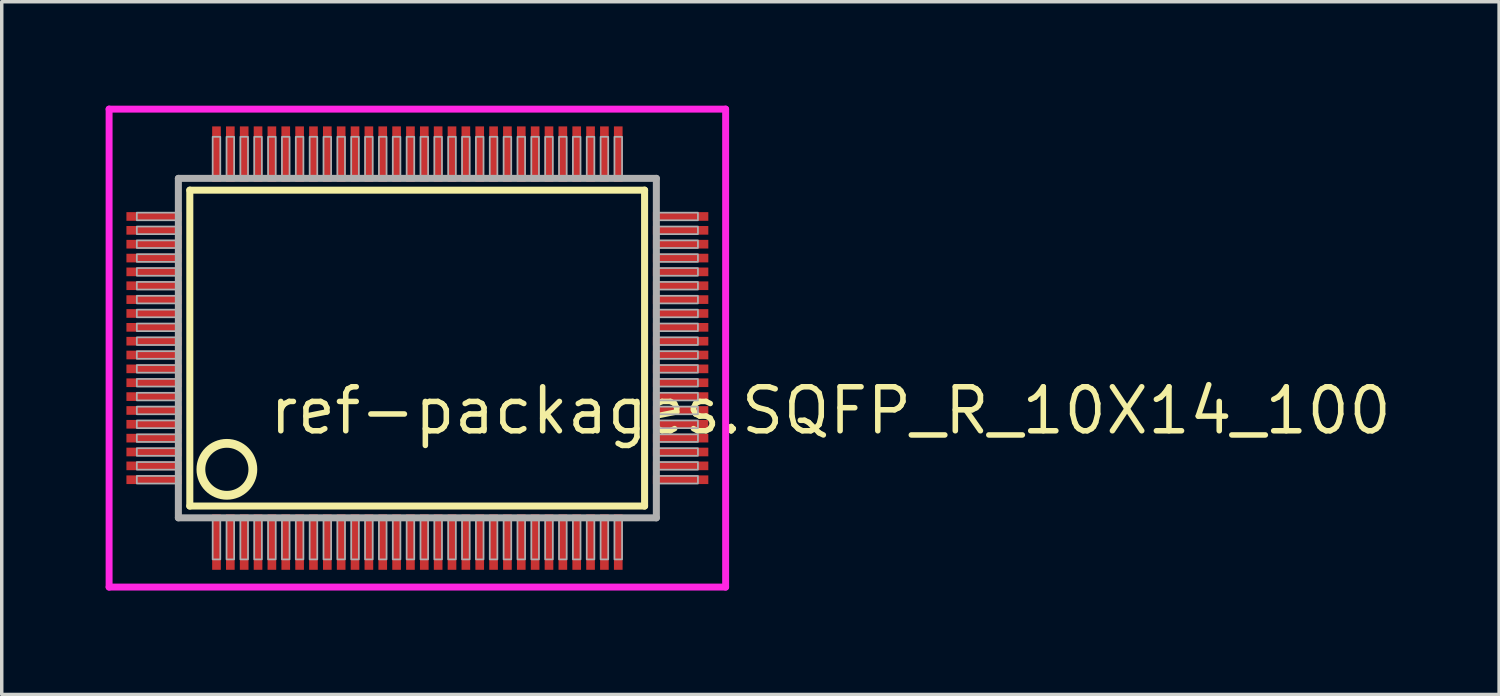
<source format=kicad_pcb>
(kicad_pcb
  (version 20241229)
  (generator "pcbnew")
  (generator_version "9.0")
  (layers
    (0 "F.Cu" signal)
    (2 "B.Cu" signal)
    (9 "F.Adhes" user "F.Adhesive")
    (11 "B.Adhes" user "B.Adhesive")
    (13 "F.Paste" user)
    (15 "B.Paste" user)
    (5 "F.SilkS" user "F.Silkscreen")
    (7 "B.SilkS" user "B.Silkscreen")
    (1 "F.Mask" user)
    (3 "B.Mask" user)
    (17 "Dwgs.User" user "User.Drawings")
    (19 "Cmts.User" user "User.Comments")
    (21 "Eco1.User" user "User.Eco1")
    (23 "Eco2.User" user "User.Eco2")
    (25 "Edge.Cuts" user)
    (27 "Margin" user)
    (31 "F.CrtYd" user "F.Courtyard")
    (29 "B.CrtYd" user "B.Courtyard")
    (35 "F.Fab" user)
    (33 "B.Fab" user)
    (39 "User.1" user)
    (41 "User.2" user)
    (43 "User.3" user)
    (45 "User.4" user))
  (footprint "ref-packages.SQFP_R_10X14_100"
    (layer "F.Cu")
    (at 9 7)
    (property "Reference" "ref-packages.SQFP_R_10X14_100" (at -4.35 2.55 0) (layer "F.SilkS") (effects (font (size 1.27 1.27) (thickness 0.16)) (justify left bottom)))
    (attr smd)
    (fp_line (start -6.57 -4.56) (end 6.56 -4.56) (stroke (width 0.203) (type default)) (layer "F.SilkS"))
    (fp_line (start -6.57 4.56) (end -6.57 -4.56) (stroke (width 0.203) (type default)) (layer "F.SilkS"))
    (fp_line (start 6.56 -4.56) (end 6.56 4.56) (stroke (width 0.203) (type default)) (layer "F.SilkS"))
    (fp_line (start 6.56 4.56) (end -6.57 4.56) (stroke (width 0.203) (type default)) (layer "F.SilkS"))
    (fp_circle (center -5.5 3.5) (end -4.75 3.5) (stroke (width 0.254) (type default)) (fill no) (layer "F.SilkS"))
    (fp_line (start -8.9 -6.9) (end 8.9 -6.9) (stroke (width 0.2) (type default)) (layer "F.CrtYd"))
    (fp_line (start -8.9 6.9) (end -8.9 -6.9) (stroke (width 0.2) (type default)) (layer "F.CrtYd"))
    (fp_line (start 8.9 -6.9) (end 8.9 6.9) (stroke (width 0.2) (type default)) (layer "F.CrtYd"))
    (fp_line (start 8.9 6.9) (end -8.9 6.9) (stroke (width 0.2) (type default)) (layer "F.CrtYd"))
    (fp_line (start -6.9 -4.9) (end -6.9 4.9) (stroke (width 0.203) (type default)) (layer "F.Fab"))
    (fp_line (start -6.9 4.9) (end 6.9 4.9) (stroke (width 0.203) (type default)) (layer "F.Fab"))
    (fp_line (start 6.9 -4.9) (end -6.9 -4.9) (stroke (width 0.203) (type default)) (layer "F.Fab"))
    (fp_line (start 6.9 4.9) (end 6.9 -4.9) (stroke (width 0.203) (type default)) (layer "F.Fab"))
    (fp_rect (start -8.1 -3.69) (end -6.95 -3.91) (stroke (width 0.05) (type default)) (fill no) (layer "F.Fab"))
    (fp_rect (start -8.1 -3.29) (end -6.95 -3.51) (stroke (width 0.05) (type default)) (fill no) (layer "F.Fab"))
    (fp_rect (start -8.1 -2.89) (end -6.95 -3.11) (stroke (width 0.05) (type default)) (fill no) (layer "F.Fab"))
    (fp_rect (start -8.1 -2.49) (end -6.95 -2.71) (stroke (width 0.05) (type default)) (fill no) (layer "F.Fab"))
    (fp_rect (start -8.1 -2.09) (end -6.95 -2.31) (stroke (width 0.05) (type default)) (fill no) (layer "F.Fab"))
    (fp_rect (start -8.1 -1.69) (end -6.95 -1.91) (stroke (width 0.05) (type default)) (fill no) (layer "F.Fab"))
    (fp_rect (start -8.1 -1.29) (end -6.95 -1.51) (stroke (width 0.05) (type default)) (fill no) (layer "F.Fab"))
    (fp_rect (start -8.1 -0.89) (end -6.95 -1.11) (stroke (width 0.05) (type default)) (fill no) (layer "F.Fab"))
    (fp_rect (start -8.1 -0.49) (end -6.95 -0.71) (stroke (width 0.05) (type default)) (fill no) (layer "F.Fab"))
    (fp_rect (start -8.1 -0.09) (end -6.95 -0.31) (stroke (width 0.05) (type default)) (fill no) (layer "F.Fab"))
    (fp_rect (start -8.1 0.31) (end -6.95 0.09) (stroke (width 0.05) (type default)) (fill no) (layer "F.Fab"))
    (fp_rect (start -8.1 0.71) (end -6.95 0.49) (stroke (width 0.05) (type default)) (fill no) (layer "F.Fab"))
    (fp_rect (start -8.1 1.11) (end -6.95 0.89) (stroke (width 0.05) (type default)) (fill no) (layer "F.Fab"))
    (fp_rect (start -8.1 1.51) (end -6.95 1.29) (stroke (width 0.05) (type default)) (fill no) (layer "F.Fab"))
    (fp_rect (start -8.1 1.91) (end -6.95 1.69) (stroke (width 0.05) (type default)) (fill no) (layer "F.Fab"))
    (fp_rect (start -8.1 2.31) (end -6.95 2.09) (stroke (width 0.05) (type default)) (fill no) (layer "F.Fab"))
    (fp_rect (start -8.1 2.71) (end -6.95 2.49) (stroke (width 0.05) (type default)) (fill no) (layer "F.Fab"))
    (fp_rect (start -8.1 3.11) (end -6.95 2.89) (stroke (width 0.05) (type default)) (fill no) (layer "F.Fab"))
    (fp_rect (start -8.1 3.51) (end -6.95 3.29) (stroke (width 0.05) (type default)) (fill no) (layer "F.Fab"))
    (fp_rect (start -8.1 3.91) (end -6.95 3.69) (stroke (width 0.05) (type default)) (fill no) (layer "F.Fab"))
    (fp_rect (start -5.91 -4.95) (end -5.69 -6.1) (stroke (width 0.05) (type default)) (fill no) (layer "F.Fab"))
    (fp_rect (start -5.91 6.1) (end -5.69 4.95) (stroke (width 0.05) (type default)) (fill no) (layer "F.Fab"))
    (fp_rect (start -5.51 -4.95) (end -5.29 -6.1) (stroke (width 0.05) (type default)) (fill no) (layer "F.Fab"))
    (fp_rect (start -5.51 6.1) (end -5.29 4.95) (stroke (width 0.05) (type default)) (fill no) (layer "F.Fab"))
    (fp_rect (start -5.11 -4.95) (end -4.89 -6.1) (stroke (width 0.05) (type default)) (fill no) (layer "F.Fab"))
    (fp_rect (start -5.11 6.1) (end -4.89 4.95) (stroke (width 0.05) (type default)) (fill no) (layer "F.Fab"))
    (fp_rect (start -4.71 -4.95) (end -4.49 -6.1) (stroke (width 0.05) (type default)) (fill no) (layer "F.Fab"))
    (fp_rect (start -4.71 6.1) (end -4.49 4.95) (stroke (width 0.05) (type default)) (fill no) (layer "F.Fab"))
    (fp_rect (start -4.31 -4.95) (end -4.09 -6.1) (stroke (width 0.05) (type default)) (fill no) (layer "F.Fab"))
    (fp_rect (start -4.31 6.1) (end -4.09 4.95) (stroke (width 0.05) (type default)) (fill no) (layer "F.Fab"))
    (fp_rect (start -3.91 -4.95) (end -3.69 -6.1) (stroke (width 0.05) (type default)) (fill no) (layer "F.Fab"))
    (fp_rect (start -3.91 6.1) (end -3.69 4.95) (stroke (width 0.05) (type default)) (fill no) (layer "F.Fab"))
    (fp_rect (start -3.51 -4.95) (end -3.29 -6.1) (stroke (width 0.05) (type default)) (fill no) (layer "F.Fab"))
    (fp_rect (start -3.51 6.1) (end -3.29 4.95) (stroke (width 0.05) (type default)) (fill no) (layer "F.Fab"))
    (fp_rect (start -3.11 -4.95) (end -2.89 -6.1) (stroke (width 0.05) (type default)) (fill no) (layer "F.Fab"))
    (fp_rect (start -3.11 6.1) (end -2.89 4.95) (stroke (width 0.05) (type default)) (fill no) (layer "F.Fab"))
    (fp_rect (start -2.71 -4.95) (end -2.49 -6.1) (stroke (width 0.05) (type default)) (fill no) (layer "F.Fab"))
    (fp_rect (start -2.71 6.1) (end -2.49 4.95) (stroke (width 0.05) (type default)) (fill no) (layer "F.Fab"))
    (fp_rect (start -2.31 -4.95) (end -2.09 -6.1) (stroke (width 0.05) (type default)) (fill no) (layer "F.Fab"))
    (fp_rect (start -2.31 6.1) (end -2.09 4.95) (stroke (width 0.05) (type default)) (fill no) (layer "F.Fab"))
    (fp_rect (start -1.91 -4.95) (end -1.69 -6.1) (stroke (width 0.05) (type default)) (fill no) (layer "F.Fab"))
    (fp_rect (start -1.91 6.1) (end -1.69 4.95) (stroke (width 0.05) (type default)) (fill no) (layer "F.Fab"))
    (fp_rect (start -1.51 -4.95) (end -1.29 -6.1) (stroke (width 0.05) (type default)) (fill no) (layer "F.Fab"))
    (fp_rect (start -1.51 6.1) (end -1.29 4.95) (stroke (width 0.05) (type default)) (fill no) (layer "F.Fab"))
    (fp_rect (start -1.11 -4.95) (end -0.89 -6.1) (stroke (width 0.05) (type default)) (fill no) (layer "F.Fab"))
    (fp_rect (start -1.11 6.1) (end -0.89 4.95) (stroke (width 0.05) (type default)) (fill no) (layer "F.Fab"))
    (fp_rect (start -0.71 -4.95) (end -0.49 -6.1) (stroke (width 0.05) (type default)) (fill no) (layer "F.Fab"))
    (fp_rect (start -0.71 6.1) (end -0.49 4.95) (stroke (width 0.05) (type default)) (fill no) (layer "F.Fab"))
    (fp_rect (start -0.31 -4.95) (end -0.09 -6.1) (stroke (width 0.05) (type default)) (fill no) (layer "F.Fab"))
    (fp_rect (start -0.31 6.1) (end -0.09 4.95) (stroke (width 0.05) (type default)) (fill no) (layer "F.Fab"))
    (fp_rect (start 0.09 -4.95) (end 0.31 -6.1) (stroke (width 0.05) (type default)) (fill no) (layer "F.Fab"))
    (fp_rect (start 0.09 6.1) (end 0.31 4.95) (stroke (width 0.05) (type default)) (fill no) (layer "F.Fab"))
    (fp_rect (start 0.49 -4.95) (end 0.71 -6.1) (stroke (width 0.05) (type default)) (fill no) (layer "F.Fab"))
    (fp_rect (start 0.49 6.1) (end 0.71 4.95) (stroke (width 0.05) (type default)) (fill no) (layer "F.Fab"))
    (fp_rect (start 0.89 -4.95) (end 1.11 -6.1) (stroke (width 0.05) (type default)) (fill no) (layer "F.Fab"))
    (fp_rect (start 0.89 6.1) (end 1.11 4.95) (stroke (width 0.05) (type default)) (fill no) (layer "F.Fab"))
    (fp_rect (start 1.29 -4.95) (end 1.51 -6.1) (stroke (width 0.05) (type default)) (fill no) (layer "F.Fab"))
    (fp_rect (start 1.29 6.1) (end 1.51 4.95) (stroke (width 0.05) (type default)) (fill no) (layer "F.Fab"))
    (fp_rect (start 1.69 -4.95) (end 1.91 -6.1) (stroke (width 0.05) (type default)) (fill no) (layer "F.Fab"))
    (fp_rect (start 1.69 6.1) (end 1.91 4.95) (stroke (width 0.05) (type default)) (fill no) (layer "F.Fab"))
    (fp_rect (start 2.09 -4.95) (end 2.31 -6.1) (stroke (width 0.05) (type default)) (fill no) (layer "F.Fab"))
    (fp_rect (start 2.09 6.1) (end 2.31 4.95) (stroke (width 0.05) (type default)) (fill no) (layer "F.Fab"))
    (fp_rect (start 2.49 -4.95) (end 2.71 -6.1) (stroke (width 0.05) (type default)) (fill no) (layer "F.Fab"))
    (fp_rect (start 2.49 6.1) (end 2.71 4.95) (stroke (width 0.05) (type default)) (fill no) (layer "F.Fab"))
    (fp_rect (start 2.89 -4.95) (end 3.11 -6.1) (stroke (width 0.05) (type default)) (fill no) (layer "F.Fab"))
    (fp_rect (start 2.89 6.1) (end 3.11 4.95) (stroke (width 0.05) (type default)) (fill no) (layer "F.Fab"))
    (fp_rect (start 3.29 -4.95) (end 3.51 -6.1) (stroke (width 0.05) (type default)) (fill no) (layer "F.Fab"))
    (fp_rect (start 3.29 6.1) (end 3.51 4.95) (stroke (width 0.05) (type default)) (fill no) (layer "F.Fab"))
    (fp_rect (start 3.69 -4.95) (end 3.91 -6.1) (stroke (width 0.05) (type default)) (fill no) (layer "F.Fab"))
    (fp_rect (start 3.69 6.1) (end 3.91 4.95) (stroke (width 0.05) (type default)) (fill no) (layer "F.Fab"))
    (fp_rect (start 4.09 -4.95) (end 4.31 -6.1) (stroke (width 0.05) (type default)) (fill no) (layer "F.Fab"))
    (fp_rect (start 4.09 6.1) (end 4.31 4.95) (stroke (width 0.05) (type default)) (fill no) (layer "F.Fab"))
    (fp_rect (start 4.49 -4.95) (end 4.71 -6.1) (stroke (width 0.05) (type default)) (fill no) (layer "F.Fab"))
    (fp_rect (start 4.49 6.1) (end 4.71 4.95) (stroke (width 0.05) (type default)) (fill no) (layer "F.Fab"))
    (fp_rect (start 4.89 -4.95) (end 5.11 -6.1) (stroke (width 0.05) (type default)) (fill no) (layer "F.Fab"))
    (fp_rect (start 4.89 6.1) (end 5.11 4.95) (stroke (width 0.05) (type default)) (fill no) (layer "F.Fab"))
    (fp_rect (start 5.29 -4.95) (end 5.51 -6.1) (stroke (width 0.05) (type default)) (fill no) (layer "F.Fab"))
    (fp_rect (start 5.29 6.1) (end 5.51 4.95) (stroke (width 0.05) (type default)) (fill no) (layer "F.Fab"))
    (fp_rect (start 5.69 -4.95) (end 5.91 -6.1) (stroke (width 0.05) (type default)) (fill no) (layer "F.Fab"))
    (fp_rect (start 5.69 6.1) (end 5.91 4.95) (stroke (width 0.05) (type default)) (fill no) (layer "F.Fab"))
    (fp_rect (start 6.95 -3.69) (end 8.1 -3.91) (stroke (width 0.05) (type default)) (fill no) (layer "F.Fab"))
    (fp_rect (start 6.95 -3.29) (end 8.1 -3.51) (stroke (width 0.05) (type default)) (fill no) (layer "F.Fab"))
    (fp_rect (start 6.95 -2.89) (end 8.1 -3.11) (stroke (width 0.05) (type default)) (fill no) (layer "F.Fab"))
    (fp_rect (start 6.95 -2.49) (end 8.1 -2.71) (stroke (width 0.05) (type default)) (fill no) (layer "F.Fab"))
    (fp_rect (start 6.95 -2.09) (end 8.1 -2.31) (stroke (width 0.05) (type default)) (fill no) (layer "F.Fab"))
    (fp_rect (start 6.95 -1.69) (end 8.1 -1.91) (stroke (width 0.05) (type default)) (fill no) (layer "F.Fab"))
    (fp_rect (start 6.95 -1.29) (end 8.1 -1.51) (stroke (width 0.05) (type default)) (fill no) (layer "F.Fab"))
    (fp_rect (start 6.95 -0.89) (end 8.1 -1.11) (stroke (width 0.05) (type default)) (fill no) (layer "F.Fab"))
    (fp_rect (start 6.95 -0.49) (end 8.1 -0.71) (stroke (width 0.05) (type default)) (fill no) (layer "F.Fab"))
    (fp_rect (start 6.95 -0.09) (end 8.1 -0.31) (stroke (width 0.05) (type default)) (fill no) (layer "F.Fab"))
    (fp_rect (start 6.95 0.31) (end 8.1 0.09) (stroke (width 0.05) (type default)) (fill no) (layer "F.Fab"))
    (fp_rect (start 6.95 0.71) (end 8.1 0.49) (stroke (width 0.05) (type default)) (fill no) (layer "F.Fab"))
    (fp_rect (start 6.95 1.11) (end 8.1 0.89) (stroke (width 0.05) (type default)) (fill no) (layer "F.Fab"))
    (fp_rect (start 6.95 1.51) (end 8.1 1.29) (stroke (width 0.05) (type default)) (fill no) (layer "F.Fab"))
    (fp_rect (start 6.95 1.91) (end 8.1 1.69) (stroke (width 0.05) (type default)) (fill no) (layer "F.Fab"))
    (fp_rect (start 6.95 2.31) (end 8.1 2.09) (stroke (width 0.05) (type default)) (fill no) (layer "F.Fab"))
    (fp_rect (start 6.95 2.71) (end 8.1 2.49) (stroke (width 0.05) (type default)) (fill no) (layer "F.Fab"))
    (fp_rect (start 6.95 3.11) (end 8.1 2.89) (stroke (width 0.05) (type default)) (fill no) (layer "F.Fab"))
    (fp_rect (start 6.95 3.51) (end 8.1 3.29) (stroke (width 0.05) (type default)) (fill no) (layer "F.Fab"))
    (fp_rect (start 6.95 3.91) (end 8.1 3.69) (stroke (width 0.05) (type default)) (fill no) (layer "F.Fab"))
    (pad "1" smd roundrect (at -5.8 5.6) (size 0.25 1.6) (layers "F.Cu" "F.Mask" "F.Paste") (roundrect_rratio 0.01))
    (pad "2" smd roundrect (at -5.4 5.6) (size 0.25 1.6) (layers "F.Cu" "F.Mask" "F.Paste") (roundrect_rratio 0.01))
    (pad "3" smd roundrect (at -5 5.6) (size 0.25 1.6) (layers "F.Cu" "F.Mask" "F.Paste") (roundrect_rratio 0.01))
    (pad "4" smd roundrect (at -4.6 5.6) (size 0.25 1.6) (layers "F.Cu" "F.Mask" "F.Paste") (roundrect_rratio 0.01))
    (pad "5" smd roundrect (at -4.2 5.6) (size 0.25 1.6) (layers "F.Cu" "F.Mask" "F.Paste") (roundrect_rratio 0.01))
    (pad "6" smd roundrect (at -3.8 5.6) (size 0.25 1.6) (layers "F.Cu" "F.Mask" "F.Paste") (roundrect_rratio 0.01))
    (pad "7" smd roundrect (at -3.4 5.6) (size 0.25 1.6) (layers "F.Cu" "F.Mask" "F.Paste") (roundrect_rratio 0.01))
    (pad "8" smd roundrect (at -3 5.6) (size 0.25 1.6) (layers "F.Cu" "F.Mask" "F.Paste") (roundrect_rratio 0.01))
    (pad "9" smd roundrect (at -2.6 5.6) (size 0.25 1.6) (layers "F.Cu" "F.Mask" "F.Paste") (roundrect_rratio 0.01))
    (pad "10" smd roundrect (at -2.2 5.6) (size 0.25 1.6) (layers "F.Cu" "F.Mask" "F.Paste") (roundrect_rratio 0.01))
    (pad "11" smd roundrect (at -1.8 5.6) (size 0.25 1.6) (layers "F.Cu" "F.Mask" "F.Paste") (roundrect_rratio 0.01))
    (pad "12" smd roundrect (at -1.4 5.6) (size 0.25 1.6) (layers "F.Cu" "F.Mask" "F.Paste") (roundrect_rratio 0.01))
    (pad "13" smd roundrect (at -1 5.6) (size 0.25 1.6) (layers "F.Cu" "F.Mask" "F.Paste") (roundrect_rratio 0.01))
    (pad "14" smd roundrect (at -0.6 5.6) (size 0.25 1.6) (layers "F.Cu" "F.Mask" "F.Paste") (roundrect_rratio 0.01))
    (pad "15" smd roundrect (at -0.2 5.6) (size 0.25 1.6) (layers "F.Cu" "F.Mask" "F.Paste") (roundrect_rratio 0.01))
    (pad "16" smd roundrect (at 0.2 5.6) (size 0.25 1.6) (layers "F.Cu" "F.Mask" "F.Paste") (roundrect_rratio 0.01))
    (pad "17" smd roundrect (at 0.6 5.6) (size 0.25 1.6) (layers "F.Cu" "F.Mask" "F.Paste") (roundrect_rratio 0.01))
    (pad "18" smd roundrect (at 1 5.6) (size 0.25 1.6) (layers "F.Cu" "F.Mask" "F.Paste") (roundrect_rratio 0.01))
    (pad "19" smd roundrect (at 1.4 5.6) (size 0.25 1.6) (layers "F.Cu" "F.Mask" "F.Paste") (roundrect_rratio 0.01))
    (pad "20" smd roundrect (at 1.8 5.6) (size 0.25 1.6) (layers "F.Cu" "F.Mask" "F.Paste") (roundrect_rratio 0.01))
    (pad "21" smd roundrect (at 2.2 5.6) (size 0.25 1.6) (layers "F.Cu" "F.Mask" "F.Paste") (roundrect_rratio 0.01))
    (pad "22" smd roundrect (at 2.6 5.6) (size 0.25 1.6) (layers "F.Cu" "F.Mask" "F.Paste") (roundrect_rratio 0.01))
    (pad "23" smd roundrect (at 3 5.6) (size 0.25 1.6) (layers "F.Cu" "F.Mask" "F.Paste") (roundrect_rratio 0.01))
    (pad "24" smd roundrect (at 3.4 5.6) (size 0.25 1.6) (layers "F.Cu" "F.Mask" "F.Paste") (roundrect_rratio 0.01))
    (pad "25" smd roundrect (at 3.8 5.6) (size 0.25 1.6) (layers "F.Cu" "F.Mask" "F.Paste") (roundrect_rratio 0.01))
    (pad "26" smd roundrect (at 4.2 5.6) (size 0.25 1.6) (layers "F.Cu" "F.Mask" "F.Paste") (roundrect_rratio 0.01))
    (pad "27" smd roundrect (at 4.6 5.6) (size 0.25 1.6) (layers "F.Cu" "F.Mask" "F.Paste") (roundrect_rratio 0.01))
    (pad "28" smd roundrect (at 5 5.6) (size 0.25 1.6) (layers "F.Cu" "F.Mask" "F.Paste") (roundrect_rratio 0.01))
    (pad "29" smd roundrect (at 5.4 5.6) (size 0.25 1.6) (layers "F.Cu" "F.Mask" "F.Paste") (roundrect_rratio 0.01))
    (pad "30" smd roundrect (at 5.8 5.6) (size 0.25 1.6) (layers "F.Cu" "F.Mask" "F.Paste") (roundrect_rratio 0.01))
    (pad "31" smd roundrect (at 7.6 3.8) (size 1.6 0.25) (layers "F.Cu" "F.Mask" "F.Paste") (roundrect_rratio 0.01))
    (pad "32" smd roundrect (at 7.6 3.4) (size 1.6 0.25) (layers "F.Cu" "F.Mask" "F.Paste") (roundrect_rratio 0.01))
    (pad "33" smd roundrect (at 7.6 3) (size 1.6 0.25) (layers "F.Cu" "F.Mask" "F.Paste") (roundrect_rratio 0.01))
    (pad "34" smd roundrect (at 7.6 2.6) (size 1.6 0.25) (layers "F.Cu" "F.Mask" "F.Paste") (roundrect_rratio 0.01))
    (pad "35" smd roundrect (at 7.6 2.2) (size 1.6 0.25) (layers "F.Cu" "F.Mask" "F.Paste") (roundrect_rratio 0.01))
    (pad "36" smd roundrect (at 7.6 1.8) (size 1.6 0.25) (layers "F.Cu" "F.Mask" "F.Paste") (roundrect_rratio 0.01))
    (pad "37" smd roundrect (at 7.6 1.4) (size 1.6 0.25) (layers "F.Cu" "F.Mask" "F.Paste") (roundrect_rratio 0.01))
    (pad "38" smd roundrect (at 7.6 1) (size 1.6 0.25) (layers "F.Cu" "F.Mask" "F.Paste") (roundrect_rratio 0.01))
    (pad "39" smd roundrect (at 7.6 0.6) (size 1.6 0.25) (layers "F.Cu" "F.Mask" "F.Paste") (roundrect_rratio 0.01))
    (pad "40" smd roundrect (at 7.6 0.2) (size 1.6 0.25) (layers "F.Cu" "F.Mask" "F.Paste") (roundrect_rratio 0.01))
    (pad "41" smd roundrect (at 7.6 -0.2) (size 1.6 0.25) (layers "F.Cu" "F.Mask" "F.Paste") (roundrect_rratio 0.01))
    (pad "42" smd roundrect (at 7.6 -0.6) (size 1.6 0.25) (layers "F.Cu" "F.Mask" "F.Paste") (roundrect_rratio 0.01))
    (pad "43" smd roundrect (at 7.6 -1) (size 1.6 0.25) (layers "F.Cu" "F.Mask" "F.Paste") (roundrect_rratio 0.01))
    (pad "44" smd roundrect (at 7.6 -1.4) (size 1.6 0.25) (layers "F.Cu" "F.Mask" "F.Paste") (roundrect_rratio 0.01))
    (pad "45" smd roundrect (at 7.6 -1.8) (size 1.6 0.25) (layers "F.Cu" "F.Mask" "F.Paste") (roundrect_rratio 0.01))
    (pad "46" smd roundrect (at 7.6 -2.2) (size 1.6 0.25) (layers "F.Cu" "F.Mask" "F.Paste") (roundrect_rratio 0.01))
    (pad "47" smd roundrect (at 7.6 -2.6) (size 1.6 0.25) (layers "F.Cu" "F.Mask" "F.Paste") (roundrect_rratio 0.01))
    (pad "48" smd roundrect (at 7.6 -3) (size 1.6 0.25) (layers "F.Cu" "F.Mask" "F.Paste") (roundrect_rratio 0.01))
    (pad "49" smd roundrect (at 7.6 -3.4) (size 1.6 0.25) (layers "F.Cu" "F.Mask" "F.Paste") (roundrect_rratio 0.01))
    (pad "50" smd roundrect (at 7.6 -3.8) (size 1.6 0.25) (layers "F.Cu" "F.Mask" "F.Paste") (roundrect_rratio 0.01))
    (pad "51" smd roundrect (at 5.8 -5.6) (size 0.25 1.6) (layers "F.Cu" "F.Mask" "F.Paste") (roundrect_rratio 0.01))
    (pad "52" smd roundrect (at 5.4 -5.6) (size 0.25 1.6) (layers "F.Cu" "F.Mask" "F.Paste") (roundrect_rratio 0.01))
    (pad "53" smd roundrect (at 5 -5.6) (size 0.25 1.6) (layers "F.Cu" "F.Mask" "F.Paste") (roundrect_rratio 0.01))
    (pad "54" smd roundrect (at 4.6 -5.6) (size 0.25 1.6) (layers "F.Cu" "F.Mask" "F.Paste") (roundrect_rratio 0.01))
    (pad "55" smd roundrect (at 4.2 -5.6) (size 0.25 1.6) (layers "F.Cu" "F.Mask" "F.Paste") (roundrect_rratio 0.01))
    (pad "56" smd roundrect (at 3.8 -5.6) (size 0.25 1.6) (layers "F.Cu" "F.Mask" "F.Paste") (roundrect_rratio 0.01))
    (pad "57" smd roundrect (at 3.4 -5.6) (size 0.25 1.6) (layers "F.Cu" "F.Mask" "F.Paste") (roundrect_rratio 0.01))
    (pad "58" smd roundrect (at 3 -5.6) (size 0.25 1.6) (layers "F.Cu" "F.Mask" "F.Paste") (roundrect_rratio 0.01))
    (pad "59" smd roundrect (at 2.6 -5.6) (size 0.25 1.6) (layers "F.Cu" "F.Mask" "F.Paste") (roundrect_rratio 0.01))
    (pad "60" smd roundrect (at 2.2 -5.6) (size 0.25 1.6) (layers "F.Cu" "F.Mask" "F.Paste") (roundrect_rratio 0.01))
    (pad "61" smd roundrect (at 1.8 -5.6) (size 0.25 1.6) (layers "F.Cu" "F.Mask" "F.Paste") (roundrect_rratio 0.01))
    (pad "62" smd roundrect (at 1.4 -5.6) (size 0.25 1.6) (layers "F.Cu" "F.Mask" "F.Paste") (roundrect_rratio 0.01))
    (pad "63" smd roundrect (at 1 -5.6) (size 0.25 1.6) (layers "F.Cu" "F.Mask" "F.Paste") (roundrect_rratio 0.01))
    (pad "64" smd roundrect (at 0.6 -5.6) (size 0.25 1.6) (layers "F.Cu" "F.Mask" "F.Paste") (roundrect_rratio 0.01))
    (pad "65" smd roundrect (at 0.2 -5.6) (size 0.25 1.6) (layers "F.Cu" "F.Mask" "F.Paste") (roundrect_rratio 0.01))
    (pad "66" smd roundrect (at -0.2 -5.6) (size 0.25 1.6) (layers "F.Cu" "F.Mask" "F.Paste") (roundrect_rratio 0.01))
    (pad "67" smd roundrect (at -0.6 -5.6) (size 0.25 1.6) (layers "F.Cu" "F.Mask" "F.Paste") (roundrect_rratio 0.01))
    (pad "68" smd roundrect (at -1 -5.6) (size 0.25 1.6) (layers "F.Cu" "F.Mask" "F.Paste") (roundrect_rratio 0.01))
    (pad "69" smd roundrect (at -1.4 -5.6) (size 0.25 1.6) (layers "F.Cu" "F.Mask" "F.Paste") (roundrect_rratio 0.01))
    (pad "70" smd roundrect (at -1.8 -5.6) (size 0.25 1.6) (layers "F.Cu" "F.Mask" "F.Paste") (roundrect_rratio 0.01))
    (pad "71" smd roundrect (at -2.2 -5.6) (size 0.25 1.6) (layers "F.Cu" "F.Mask" "F.Paste") (roundrect_rratio 0.01))
    (pad "72" smd roundrect (at -2.6 -5.6) (size 0.25 1.6) (layers "F.Cu" "F.Mask" "F.Paste") (roundrect_rratio 0.01))
    (pad "73" smd roundrect (at -3 -5.6) (size 0.25 1.6) (layers "F.Cu" "F.Mask" "F.Paste") (roundrect_rratio 0.01))
    (pad "74" smd roundrect (at -3.4 -5.6) (size 0.25 1.6) (layers "F.Cu" "F.Mask" "F.Paste") (roundrect_rratio 0.01))
    (pad "75" smd roundrect (at -3.8 -5.6) (size 0.25 1.6) (layers "F.Cu" "F.Mask" "F.Paste") (roundrect_rratio 0.01))
    (pad "76" smd roundrect (at -4.2 -5.6) (size 0.25 1.6) (layers "F.Cu" "F.Mask" "F.Paste") (roundrect_rratio 0.01))
    (pad "77" smd roundrect (at -4.6 -5.6) (size 0.25 1.6) (layers "F.Cu" "F.Mask" "F.Paste") (roundrect_rratio 0.01))
    (pad "78" smd roundrect (at -5 -5.6) (size 0.25 1.6) (layers "F.Cu" "F.Mask" "F.Paste") (roundrect_rratio 0.01))
    (pad "79" smd roundrect (at -5.4 -5.6) (size 0.25 1.6) (layers "F.Cu" "F.Mask" "F.Paste") (roundrect_rratio 0.01))
    (pad "80" smd roundrect (at -5.8 -5.6) (size 0.25 1.6) (layers "F.Cu" "F.Mask" "F.Paste") (roundrect_rratio 0.01))
    (pad "81" smd roundrect (at -7.6 -3.8) (size 1.6 0.25) (layers "F.Cu" "F.Mask" "F.Paste") (roundrect_rratio 0.01))
    (pad "82" smd roundrect (at -7.6 -3.4) (size 1.6 0.25) (layers "F.Cu" "F.Mask" "F.Paste") (roundrect_rratio 0.01))
    (pad "83" smd roundrect (at -7.6 -3) (size 1.6 0.25) (layers "F.Cu" "F.Mask" "F.Paste") (roundrect_rratio 0.01))
    (pad "84" smd roundrect (at -7.6 -2.6) (size 1.6 0.25) (layers "F.Cu" "F.Mask" "F.Paste") (roundrect_rratio 0.01))
    (pad "85" smd roundrect (at -7.6 -2.2) (size 1.6 0.25) (layers "F.Cu" "F.Mask" "F.Paste") (roundrect_rratio 0.01))
    (pad "86" smd roundrect (at -7.6 -1.8) (size 1.6 0.25) (layers "F.Cu" "F.Mask" "F.Paste") (roundrect_rratio 0.01))
    (pad "87" smd roundrect (at -7.6 -1.4) (size 1.6 0.25) (layers "F.Cu" "F.Mask" "F.Paste") (roundrect_rratio 0.01))
    (pad "88" smd roundrect (at -7.6 -1) (size 1.6 0.25) (layers "F.Cu" "F.Mask" "F.Paste") (roundrect_rratio 0.01))
    (pad "89" smd roundrect (at -7.6 -0.6) (size 1.6 0.25) (layers "F.Cu" "F.Mask" "F.Paste") (roundrect_rratio 0.01))
    (pad "90" smd roundrect (at -7.6 -0.2) (size 1.6 0.25) (layers "F.Cu" "F.Mask" "F.Paste") (roundrect_rratio 0.01))
    (pad "91" smd roundrect (at -7.6 0.2) (size 1.6 0.25) (layers "F.Cu" "F.Mask" "F.Paste") (roundrect_rratio 0.01))
    (pad "92" smd roundrect (at -7.6 0.6) (size 1.6 0.25) (layers "F.Cu" "F.Mask" "F.Paste") (roundrect_rratio 0.01))
    (pad "93" smd roundrect (at -7.6 1) (size 1.6 0.25) (layers "F.Cu" "F.Mask" "F.Paste") (roundrect_rratio 0.01))
    (pad "94" smd roundrect (at -7.6 1.4) (size 1.6 0.25) (layers "F.Cu" "F.Mask" "F.Paste") (roundrect_rratio 0.01))
    (pad "95" smd roundrect (at -7.6 1.8) (size 1.6 0.25) (layers "F.Cu" "F.Mask" "F.Paste") (roundrect_rratio 0.01))
    (pad "96" smd roundrect (at -7.6 2.2) (size 1.6 0.25) (layers "F.Cu" "F.Mask" "F.Paste") (roundrect_rratio 0.01))
    (pad "97" smd roundrect (at -7.6 2.6) (size 1.6 0.25) (layers "F.Cu" "F.Mask" "F.Paste") (roundrect_rratio 0.01))
    (pad "98" smd roundrect (at -7.6 3) (size 1.6 0.25) (layers "F.Cu" "F.Mask" "F.Paste") (roundrect_rratio 0.01))
    (pad "99" smd roundrect (at -7.6 3.4) (size 1.6 0.25) (layers "F.Cu" "F.Mask" "F.Paste") (roundrect_rratio 0.01))
    (pad "100" smd roundrect (at -7.6 3.8) (size 1.6 0.25) (layers "F.Cu" "F.Mask" "F.Paste") (roundrect_rratio 0.01)))
  (gr_rect
    (start -3 -3)
    (end 40.231 17)
    (stroke (width 0.1) (type default))
    (fill no)
    (layer "Edge.Cuts")))
</source>
